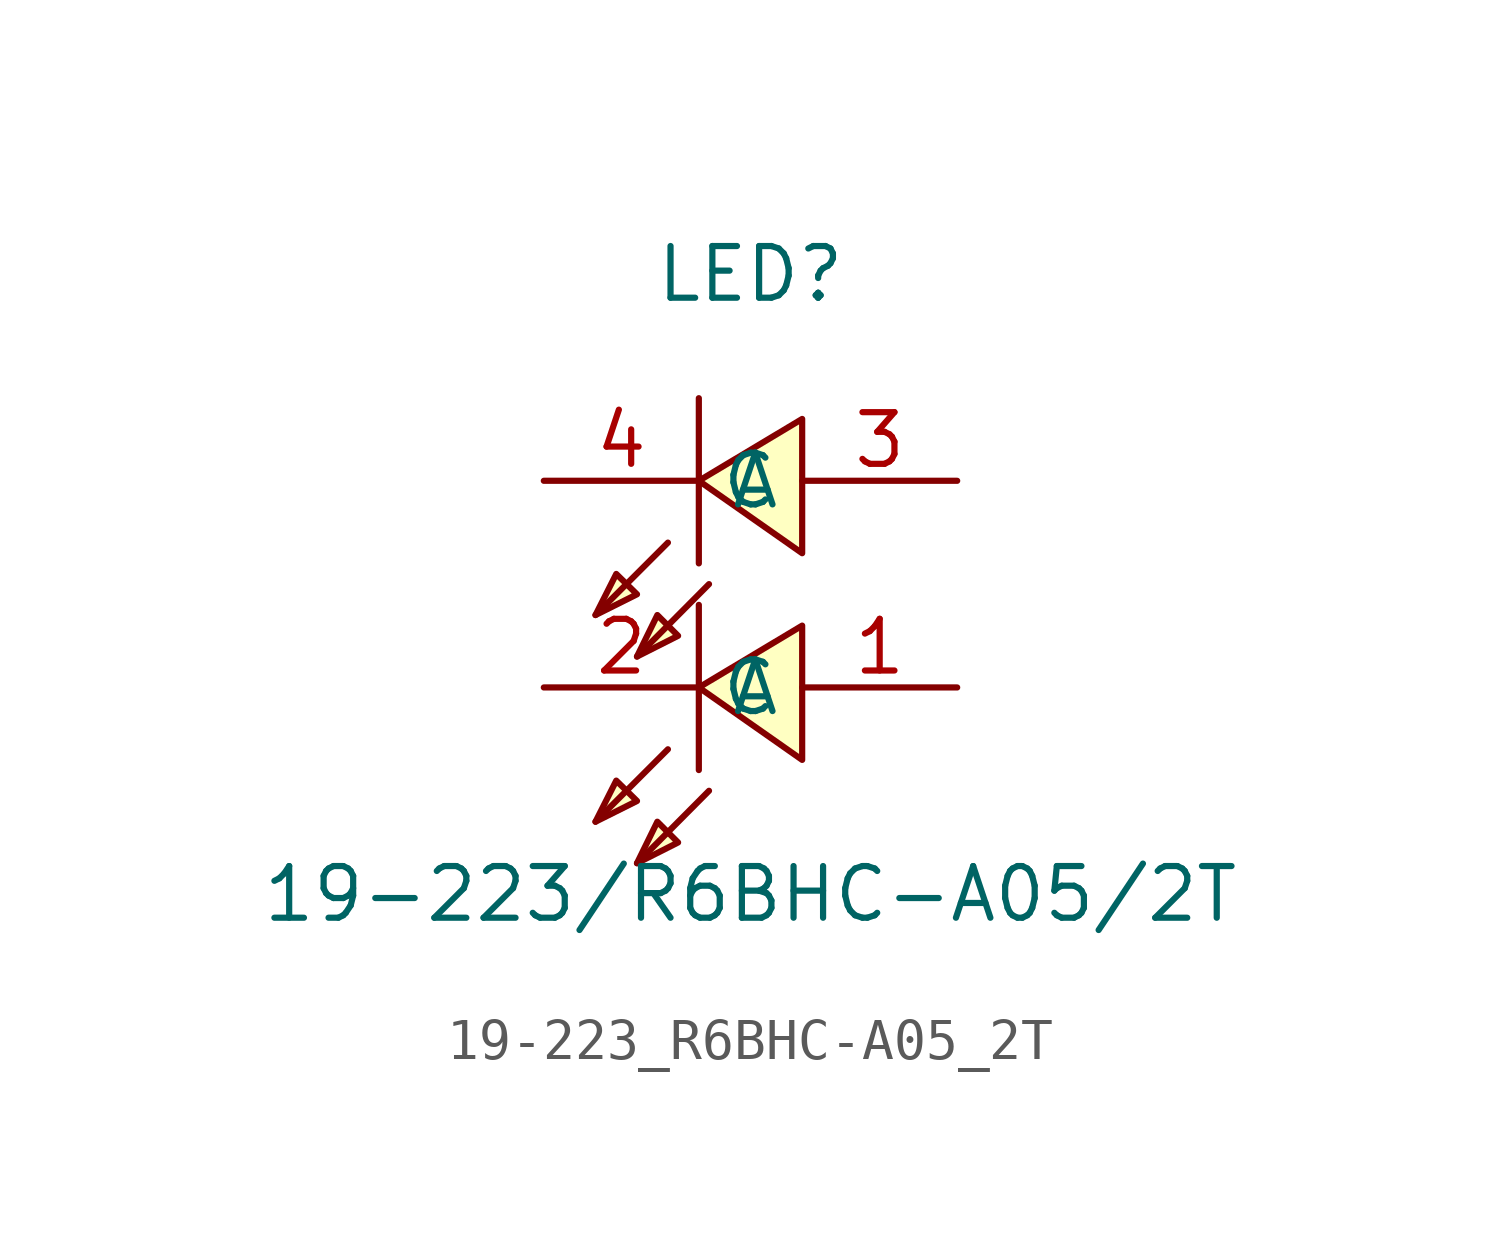
<source format=kicad_sym>
(kicad_symbol_lib
  (version 20211014)
  (generator https://github.com/uPesy/easyeda2kicad.py)
  (symbol "19-223_R6BHC-A05_2T"
    (property "Reference" "LED"
      (at 0 7.62 0)
      (effects (font (size 1.27 1.27))))
    (property "Value" "19-223/R6BHC-A05/2T"
      (at 0 -7.62 0)
      (effects (font (size 1.27 1.27))))
    (symbol "19-223_R6BHC-A05_2T_0_1"
      (polyline (pts (xy -3.81 -5.84) (xy -2.79 -5.33) (xy -3.30 -4.83) (xy -3.81 -5.84)) (stroke (width 0) (type default) (color 0 0 0 0)) (fill (type background)))
      (polyline (pts (xy -2.79 -6.86) (xy -1.78 -6.35) (xy -2.29 -5.84) (xy -2.79 -6.86)) (stroke (width 0) (type default) (color 0 0 0 0)) (fill (type background)))
      (polyline (pts (xy 1.27 -1.02) (xy -1.27 -2.54) (xy 1.27 -4.32) (xy 1.27 -1.02)) (stroke (width 0) (type default) (color 0 0 0 0)) (fill (type background)))
      (polyline (pts (xy -3.81 -0.76) (xy -2.79 -0.25) (xy -3.30 0.25) (xy -3.81 -0.76)) (stroke (width 0) (type default) (color 0 0 0 0)) (fill (type background)))
      (polyline (pts (xy -2.79 -1.78) (xy -1.78 -1.27) (xy -2.29 -0.76) (xy -2.79 -1.78)) (stroke (width 0) (type default) (color 0 0 0 0)) (fill (type background)))
      (polyline (pts (xy 1.27 4.06) (xy -1.27 2.54) (xy 1.27 0.76) (xy 1.27 4.06)) (stroke (width 0) (type default) (color 0 0 0 0)) (fill (type background)))
      (polyline (pts (xy -2.03 -4.06) (xy -3.81 -5.84)) (stroke (width 0) (type default) (color 0 0 0 0)) (fill (type none)))
      (polyline (pts (xy -1.02 -5.08) (xy -2.79 -6.86)) (stroke (width 0) (type default) (color 0 0 0 0)) (fill (type none)))
      (polyline (pts (xy -1.27 -4.57) (xy -1.27 -0.51)) (stroke (width 0) (type default) (color 0 0 0 0)) (fill (type none)))
      (polyline (pts (xy -2.03 1.02) (xy -3.81 -0.76)) (stroke (width 0) (type default) (color 0 0 0 0)) (fill (type none)))
      (polyline (pts (xy -1.02 -0.00) (xy -2.79 -1.78)) (stroke (width 0) (type default) (color 0 0 0 0)) (fill (type none)))
      (polyline (pts (xy -1.27 0.51) (xy -1.27 4.57)) (stroke (width 0) (type default) (color 0 0 0 0)) (fill (type none)))
      (pin unspecified line (at -5.08 -2.54 0) (length 3.81) (name "C" (effects (font (size 1.27 1.27)))) (number "2" (effects (font (size 1.27 1.27)))))
      (pin unspecified line (at 5.08 -2.54 180) (length 3.81) (name "A" (effects (font (size 1.27 1.27)))) (number "1" (effects (font (size 1.27 1.27)))))
      (pin unspecified line (at -5.08 2.54 0) (length 3.81) (name "C" (effects (font (size 1.27 1.27)))) (number "4" (effects (font (size 1.27 1.27)))))
      (pin unspecified line (at 5.08 2.54 180) (length 3.81) (name "A" (effects (font (size 1.27 1.27)))) (number "3" (effects (font (size 1.27 1.27))))))))
</source>
